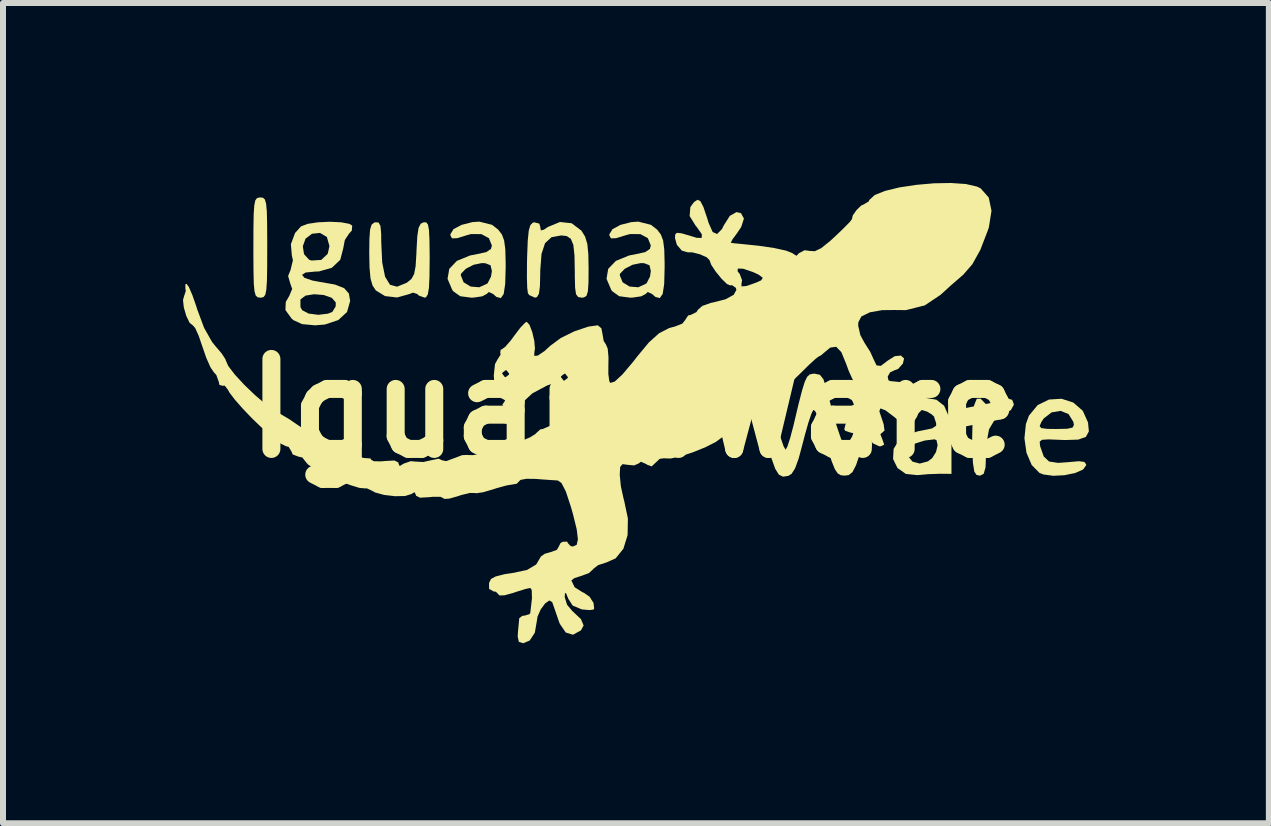
<source format=kicad_pcb>
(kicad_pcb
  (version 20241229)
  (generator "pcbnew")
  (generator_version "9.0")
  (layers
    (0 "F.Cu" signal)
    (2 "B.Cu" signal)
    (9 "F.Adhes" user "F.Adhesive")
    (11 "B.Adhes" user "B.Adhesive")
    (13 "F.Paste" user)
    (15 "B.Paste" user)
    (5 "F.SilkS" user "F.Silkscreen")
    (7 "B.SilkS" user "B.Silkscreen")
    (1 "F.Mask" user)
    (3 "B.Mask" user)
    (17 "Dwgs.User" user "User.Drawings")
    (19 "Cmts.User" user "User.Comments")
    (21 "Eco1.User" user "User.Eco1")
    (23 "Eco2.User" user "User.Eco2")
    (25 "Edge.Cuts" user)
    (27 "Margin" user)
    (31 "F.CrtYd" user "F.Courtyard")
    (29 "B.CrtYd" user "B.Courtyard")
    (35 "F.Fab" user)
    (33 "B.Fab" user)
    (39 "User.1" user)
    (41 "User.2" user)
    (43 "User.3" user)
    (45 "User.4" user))
  (footprint "IguanaWare"
    (layer "F.Cu")
    (at 7.509 3.754)
    (property "Reference" "IguanaWare" (at 0 0 0) (layer "F.SilkS") (effects (font (size 1.5 1.5) (thickness 0.3))))
    (attr board_only exclude_from_pos_files exclude_from_bom)
    (fp_poly (pts (xy 6.311 -0.14) (xy 6.34 -0.062) (xy 6.29 0.03) (xy 6.166 0.106) (xy 6.162 0.107) (xy 6.017 0.196) (xy 5.925 0.351) (xy 5.881 0.59) (xy 5.875 0.778) (xy 5.867 0.984) (xy 5.836 1.093) (xy 5.775 1.124) (xy 5.716 1.111) (xy 5.68 1.056) (xy 5.657 0.915) (xy 5.646 0.677) (xy 5.644 0.488) (xy 5.652 0.164) (xy 5.677 -0.05) (xy 5.72 -0.157) (xy 5.783 -0.161) (xy 5.847 -0.095) (xy 5.911 -0.03) (xy 5.971 -0.064) (xy 5.989 -0.086) (xy 6.102 -0.155) (xy 6.199 -0.173)) (stroke (width 0) (type solid)) (fill yes) (layer "F.SilkS"))
    (fp_poly (pts (xy -6.175 -3.508) (xy -6.144 -3.479) (xy -6.124 -3.409) (xy -6.112 -3.281) (xy -6.107 -3.078) (xy -6.105 -2.782) (xy -6.105 -2.678) (xy -6.106 -2.353) (xy -6.11 -2.125) (xy -6.12 -1.977) (xy -6.137 -1.893) (xy -6.165 -1.854) (xy -6.206 -1.843) (xy -6.22 -1.843) (xy -6.265 -1.849) (xy -6.297 -1.878) (xy -6.317 -1.948) (xy -6.329 -2.075) (xy -6.334 -2.278) (xy -6.336 -2.574) (xy -6.336 -2.678) (xy -6.335 -3.004) (xy -6.331 -3.232) (xy -6.321 -3.379) (xy -6.304 -3.464) (xy -6.276 -3.502) (xy -6.235 -3.513) (xy -6.22 -3.513)) (stroke (width 0) (type solid)) (fill yes) (layer "F.SilkS"))
    (fp_poly (pts (xy -3.455 -3.098) (xy -3.426 -3.06) (xy -3.409 -2.967) (xy -3.401 -2.801) (xy -3.398 -2.542) (xy -3.398 -2.481) (xy -3.401 -2.194) (xy -3.41 -2.005) (xy -3.429 -1.896) (xy -3.459 -1.849) (xy -3.481 -1.843) (xy -3.579 -1.878) (xy -3.6 -1.901) (xy -3.676 -1.927) (xy -3.743 -1.901) (xy -3.941 -1.846) (xy -4.141 -1.869) (xy -4.295 -1.963) (xy -4.35 -2.046) (xy -4.384 -2.164) (xy -4.4 -2.343) (xy -4.405 -2.581) (xy -4.402 -2.825) (xy -4.391 -2.977) (xy -4.366 -3.059) (xy -4.323 -3.094) (xy -4.305 -3.099) (xy -4.249 -3.095) (xy -4.218 -3.039) (xy -4.206 -2.907) (xy -4.205 -2.776) (xy -4.189 -2.43) (xy -4.141 -2.192) (xy -4.059 -2.058) (xy -3.941 -2.026) (xy -3.783 -2.09) (xy -3.772 -2.097) (xy -3.701 -2.156) (xy -3.657 -2.236) (xy -3.632 -2.366) (xy -3.619 -2.577) (xy -3.617 -2.634) (xy -3.604 -2.865) (xy -3.583 -3.005) (xy -3.548 -3.075) (xy -3.499 -3.099)) (stroke (width 0) (type solid)) (fill yes) (layer "F.SilkS"))
    (fp_poly (pts (xy -1.031 -3.083) (xy -0.869 -2.96) (xy -0.868 -2.958) (xy -0.807 -2.86) (xy -0.77 -2.738) (xy -0.753 -2.561) (xy -0.749 -2.325) (xy -0.751 -2.089) (xy -0.761 -1.946) (xy -0.785 -1.872) (xy -0.828 -1.846) (xy -0.864 -1.843) (xy -0.923 -1.853) (xy -0.958 -1.9) (xy -0.974 -2.008) (xy -0.979 -2.2) (xy -0.979 -2.27) (xy -0.984 -2.544) (xy -1.003 -2.722) (xy -1.045 -2.824) (xy -1.115 -2.87) (xy -1.207 -2.88) (xy -1.368 -2.85) (xy -1.475 -2.751) (xy -1.534 -2.57) (xy -1.555 -2.293) (xy -1.555 -2.256) (xy -1.56 -2.035) (xy -1.577 -1.907) (xy -1.611 -1.851) (xy -1.643 -1.843) (xy -1.739 -1.886) (xy -1.761 -1.919) (xy -1.772 -2.008) (xy -1.777 -2.181) (xy -1.776 -2.41) (xy -1.773 -2.538) (xy -1.763 -2.796) (xy -1.746 -2.96) (xy -1.72 -3.051) (xy -1.68 -3.092) (xy -1.656 -3.099) (xy -1.57 -3.077) (xy -1.555 -3.025) (xy -1.545 -2.964) (xy -1.494 -2.976) (xy -1.427 -3.021) (xy -1.226 -3.104)) (stroke (width 0) (type solid)) (fill yes) (layer "F.SilkS"))
    (fp_poly (pts (xy 7.329 -0.095) (xy 7.487 0.042) (xy 7.575 0.237) (xy 7.589 0.386) (xy 7.539 0.478) (xy 7.412 0.523) (xy 7.191 0.53) (xy 7.115 0.527) (xy 6.917 0.519) (xy 6.81 0.526) (xy 6.77 0.556) (xy 6.774 0.618) (xy 6.78 0.643) (xy 6.837 0.804) (xy 6.926 0.888) (xy 7.076 0.911) (xy 7.241 0.899) (xy 7.422 0.883) (xy 7.515 0.895) (xy 7.545 0.938) (xy 7.545 0.948) (xy 7.493 1.021) (xy 7.362 1.079) (xy 7.184 1.116) (xy 6.996 1.126) (xy 6.831 1.104) (xy 6.767 1.079) (xy 6.636 0.946) (xy 6.549 0.741) (xy 6.515 0.5) (xy 6.536 0.297) (xy 6.769 0.297) (xy 6.795 0.331) (xy 6.896 0.344) (xy 7.048 0.346) (xy 7.227 0.342) (xy 7.316 0.323) (xy 7.34 0.28) (xy 7.33 0.226) (xy 7.249 0.096) (xy 7.117 0.044) (xy 6.968 0.069) (xy 6.836 0.171) (xy 6.796 0.232) (xy 6.769 0.297) (xy 6.536 0.297) (xy 6.54 0.261) (xy 6.59 0.124) (xy 6.735 -0.052) (xy 6.925 -0.145) (xy 7.133 -0.158)) (stroke (width 0) (type solid)) (fill yes) (layer "F.SilkS"))
    (fp_poly (pts (xy -2.359 -3.057) (xy -2.256 -2.977) (xy -2.194 -2.896) (xy -2.157 -2.797) (xy -2.137 -2.649) (xy -2.131 -2.424) (xy -2.131 -2.343) (xy -2.139 -2.071) (xy -2.164 -1.905) (xy -2.211 -1.836) (xy -2.285 -1.855) (xy -2.343 -1.906) (xy -2.413 -1.937) (xy -2.445 -1.906) (xy -2.523 -1.865) (xy -2.667 -1.844) (xy -2.707 -1.843) (xy -2.889 -1.867) (xy -3.004 -1.949) (xy -3.021 -1.971) (xy -3.1 -2.157) (xy -3.089 -2.218) (xy -2.88 -2.218) (xy -2.832 -2.099) (xy -2.715 -2.028) (xy -2.571 -2.016) (xy -2.439 -2.077) (xy -2.431 -2.085) (xy -2.375 -2.195) (xy -2.361 -2.287) (xy -2.383 -2.383) (xy -2.471 -2.417) (xy -2.53 -2.419) (xy -2.666 -2.391) (xy -2.796 -2.324) (xy -2.873 -2.244) (xy -2.88 -2.218) (xy -3.089 -2.218) (xy -3.071 -2.323) (xy -2.944 -2.456) (xy -2.724 -2.546) (xy -2.625 -2.565) (xy -2.455 -2.602) (xy -2.376 -2.655) (xy -2.361 -2.712) (xy -2.41 -2.834) (xy -2.536 -2.902) (xy -2.709 -2.903) (xy -2.777 -2.884) (xy -2.941 -2.834) (xy -3.025 -2.831) (xy -3.052 -2.879) (xy -3.053 -2.899) (xy -3.001 -2.984) (xy -2.867 -3.056) (xy -2.686 -3.102) (xy -2.57 -3.11)) (stroke (width 0) (type solid)) (fill yes) (layer "F.SilkS"))
    (fp_poly (pts (xy 0.29 -3.057) (xy 0.393 -2.977) (xy 0.455 -2.896) (xy 0.493 -2.797) (xy 0.512 -2.649) (xy 0.518 -2.424) (xy 0.518 -2.343) (xy 0.511 -2.071) (xy 0.486 -1.905) (xy 0.438 -1.836) (xy 0.365 -1.855) (xy 0.306 -1.906) (xy 0.236 -1.937) (xy 0.205 -1.906) (xy 0.127 -1.865) (xy -0.017 -1.844) (xy -0.058 -1.843) (xy -0.239 -1.867) (xy -0.354 -1.949) (xy -0.371 -1.971) (xy -0.45 -2.157) (xy -0.44 -2.218) (xy -0.23 -2.218) (xy -0.182 -2.099) (xy -0.066 -2.028) (xy 0.079 -2.016) (xy 0.21 -2.077) (xy 0.219 -2.085) (xy 0.275 -2.195) (xy 0.288 -2.287) (xy 0.266 -2.383) (xy 0.178 -2.417) (xy 0.119 -2.419) (xy -0.017 -2.391) (xy -0.146 -2.324) (xy -0.224 -2.244) (xy -0.23 -2.218) (xy -0.44 -2.218) (xy -0.422 -2.323) (xy -0.294 -2.456) (xy -0.074 -2.546) (xy 0.025 -2.565) (xy 0.194 -2.602) (xy 0.273 -2.655) (xy 0.288 -2.712) (xy 0.239 -2.834) (xy 0.114 -2.902) (xy -0.059 -2.903) (xy -0.128 -2.884) (xy -0.292 -2.834) (xy -0.375 -2.831) (xy -0.402 -2.879) (xy -0.403 -2.899) (xy -0.351 -2.984) (xy -0.218 -3.056) (xy -0.037 -3.102) (xy 0.079 -3.11)) (stroke (width 0) (type solid)) (fill yes) (layer "F.SilkS"))
    (fp_poly (pts (xy -4.873 -3.099) (xy -4.735 -3.073) (xy -4.689 -3.044) (xy -4.695 -2.962) (xy -4.743 -2.908) (xy -4.812 -2.803) (xy -4.838 -2.666) (xy -4.888 -2.474) (xy -5.028 -2.341) (xy -5.243 -2.28) (xy -5.303 -2.278) (xy -5.466 -2.262) (xy -5.525 -2.223) (xy -5.485 -2.174) (xy -5.351 -2.128) (xy -5.231 -2.106) (xy -4.979 -2.062) (xy -4.823 -2.001) (xy -4.744 -1.912) (xy -4.723 -1.788) (xy -4.775 -1.604) (xy -4.92 -1.47) (xy -5.145 -1.395) (xy -5.307 -1.382) (xy -5.525 -1.402) (xy -5.67 -1.469) (xy -5.702 -1.498) (xy -5.802 -1.637) (xy -5.796 -1.772) (xy -5.774 -1.81) (xy -5.552 -1.81) (xy -5.551 -1.686) (xy -5.523 -1.634) (xy -5.416 -1.578) (xy -5.254 -1.557) (xy -5.093 -1.576) (xy -5.02 -1.606) (xy -4.964 -1.697) (xy -4.963 -1.764) (xy -5.029 -1.84) (xy -5.163 -1.887) (xy -5.324 -1.9) (xy -5.467 -1.877) (xy -5.55 -1.814) (xy -5.552 -1.81) (xy -5.774 -1.81) (xy -5.738 -1.872) (xy -5.689 -1.988) (xy -5.723 -2.085) (xy -5.757 -2.204) (xy -5.717 -2.302) (xy -5.677 -2.467) (xy -5.695 -2.547) (xy -5.708 -2.699) (xy -5.512 -2.699) (xy -5.492 -2.568) (xy -5.408 -2.476) (xy -5.368 -2.462) (xy -5.205 -2.472) (xy -5.097 -2.573) (xy -5.068 -2.703) (xy -5.111 -2.854) (xy -5.226 -2.922) (xy -5.359 -2.908) (xy -5.467 -2.826) (xy -5.512 -2.699) (xy -5.708 -2.699) (xy -5.711 -2.734) (xy -5.641 -2.921) (xy -5.542 -3.031) (xy -5.432 -3.073) (xy -5.259 -3.099) (xy -5.06 -3.108)) (stroke (width 0) (type solid)) (fill yes) (layer "F.SilkS"))
    (fp_poly (pts (xy 5.539 -3.737) (xy 5.726 -3.694) (xy 5.785 -3.665) (xy 5.92 -3.512) (xy 5.966 -3.292) (xy 5.923 -3.017) (xy 5.906 -2.966) (xy 5.78 -2.639) (xy 5.647 -2.4) (xy 5.494 -2.224) (xy 5.453 -2.189) (xy 5.287 -2.045) (xy 5.125 -1.897) (xy 5.12 -1.892) (xy 4.854 -1.714) (xy 4.54 -1.635) (xy 4.349 -1.637) (xy 4.144 -1.635) (xy 3.95 -1.601) (xy 3.931 -1.595) (xy 3.797 -1.529) (xy 3.747 -1.433) (xy 3.744 -1.379) (xy 3.78 -1.219) (xy 3.851 -1.088) (xy 3.945 -0.941) (xy 3.999 -0.821) (xy 4.05 -0.714) (xy 4.121 -0.706) (xy 4.236 -0.793) (xy 4.237 -0.794) (xy 4.355 -0.868) (xy 4.456 -0.878) (xy 4.509 -0.83) (xy 4.49 -0.745) (xy 4.41 -0.655) (xy 4.353 -0.634) (xy 4.277 -0.599) (xy 4.236 -0.527) (xy 4.249 -0.465) (xy 4.278 -0.453) (xy 4.392 -0.441) (xy 4.47 -0.433) (xy 4.635 -0.389) (xy 4.706 -0.309) (xy 4.7 -0.253) (xy 4.71 -0.196) (xy 4.812 -0.174) (xy 4.865 -0.173) (xy 5.048 -0.142) (xy 5.176 -0.042) (xy 5.256 0.139) (xy 5.294 0.412) (xy 5.299 0.612) (xy 5.299 1.094) (xy 5.112 1.092) (xy 4.911 1.099) (xy 4.732 1.115) (xy 4.539 1.095) (xy 4.399 0.996) (xy 4.326 0.847) (xy 4.328 0.801) (xy 4.577 0.801) (xy 4.65 0.89) (xy 4.771 0.922) (xy 4.908 0.885) (xy 4.978 0.831) (xy 5.042 0.729) (xy 5.068 0.615) (xy 5.05 0.533) (xy 5.018 0.518) (xy 4.854 0.538) (xy 4.698 0.587) (xy 4.598 0.649) (xy 4.584 0.669) (xy 4.577 0.801) (xy 4.328 0.801) (xy 4.335 0.677) (xy 4.431 0.523) (xy 4.555 0.446) (xy 4.736 0.385) (xy 4.809 0.371) (xy 4.975 0.337) (xy 5.044 0.292) (xy 5.043 0.247) (xy 5.014 0.16) (xy 5.011 0.141) (xy 4.967 0.101) (xy 4.895 0.057) (xy 4.804 0.029) (xy 4.748 0.085) (xy 4.724 0.142) (xy 4.651 0.258) (xy 4.55 0.275) (xy 4.406 0.195) (xy 4.343 0.144) (xy 4.267 0.086) (xy 4.55 0.086) (xy 4.579 0.115) (xy 4.608 0.086) (xy 4.579 0.058) (xy 4.55 0.086) (xy 4.267 0.086) (xy 4.201 0.036) (xy 4.115 0.003) (xy 4.097 0.048) (xy 4.104 0.072) (xy 4.169 0.266) (xy 4.183 0.372) (xy 4.149 0.403) (xy 4.114 0.434) (xy 4.147 0.518) (xy 4.178 0.606) (xy 4.126 0.633) (xy 4.095 0.634) (xy 3.986 0.583) (xy 3.94 0.504) (xy 3.912 0.452) (xy 3.88 0.474) (xy 3.833 0.582) (xy 3.777 0.749) (xy 3.708 0.95) (xy 3.649 1.064) (xy 3.587 1.114) (xy 3.518 1.123) (xy 3.455 1.117) (xy 3.403 1.086) (xy 3.355 1.015) (xy 3.303 0.885) (xy 3.238 0.681) (xy 3.153 0.385) (xy 3.138 0.33) (xy 3.081 0.16) (xy 3.029 0.051) (xy 2.997 0.027) (xy 2.964 0.093) (xy 2.913 0.244) (xy 2.854 0.453) (xy 2.823 0.573) (xy 2.753 0.835) (xy 2.693 1.001) (xy 2.634 1.094) (xy 2.58 1.127) (xy 2.491 1.141) (xy 2.422 1.107) (xy 2.361 1.008) (xy 2.296 0.826) (xy 2.239 0.629) (xy 2.176 0.418) (xy 2.118 0.25) (xy 2.077 0.157) (xy 2.072 0.151) (xy 1.999 0.148) (xy 1.883 0.212) (xy 1.868 0.223) (xy 1.748 0.306) (xy 1.665 0.345) (xy 1.66 0.346) (xy 1.588 0.384) (xy 1.485 0.477) (xy 1.48 0.482) (xy 1.37 0.563) (xy 1.196 0.651) (xy 0.991 0.734) (xy 0.788 0.8) (xy 0.62 0.838) (xy 0.518 0.835) (xy 0.515 0.833) (xy 0.437 0.843) (xy 0.377 0.899) (xy 0.303 0.969) (xy 0.225 0.941) (xy 0.213 0.931) (xy 0.123 0.892) (xy 0.088 0.919) (xy 0.01 0.953) (xy -0.09 0.944) (xy -0.184 0.932) (xy -0.223 0.979) (xy -0.23 1.11) (xy -0.211 1.303) (xy -0.165 1.511) (xy -0.158 1.533) (xy -0.094 1.838) (xy -0.099 2.114) (xy -0.169 2.342) (xy -0.298 2.502) (xy -0.451 2.57) (xy -0.59 2.615) (xy -0.669 2.676) (xy -0.672 2.682) (xy -0.744 2.748) (xy -0.869 2.794) (xy -0.987 2.832) (xy -1.036 2.87) (xy -0.982 2.983) (xy -0.848 3.068) (xy -0.827 3.076) (xy -0.733 3.141) (xy -0.667 3.244) (xy -0.656 3.337) (xy -0.668 3.356) (xy -0.735 3.364) (xy -0.861 3.353) (xy -1.015 3.289) (xy -1.087 3.176) (xy -1.127 3.079) (xy -1.143 3.085) (xy -1.147 3.149) (xy -1.108 3.275) (xy -1.02 3.38) (xy -0.876 3.515) (xy -0.832 3.62) (xy -0.875 3.701) (xy -1.009 3.775) (xy -1.13 3.738) (xy -1.228 3.594) (xy -1.248 3.542) (xy -1.304 3.378) (xy -1.348 3.253) (xy -1.355 3.232) (xy -1.403 3.204) (xy -1.474 3.254) (xy -1.547 3.353) (xy -1.6 3.473) (xy -1.613 3.555) (xy -1.645 3.741) (xy -1.73 3.871) (xy -1.838 3.917) (xy -1.911 3.894) (xy -1.931 3.804) (xy -1.926 3.729) (xy -1.913 3.587) (xy -1.905 3.501) (xy -1.904 3.499) (xy -1.854 3.461) (xy -1.814 3.456) (xy -1.734 3.432) (xy -1.721 3.413) (xy -1.693 3.167) (xy -1.697 3.028) (xy -1.721 2.995) (xy -1.802 3.013) (xy -1.947 3.058) (xy -2.009 3.079) (xy -2.151 3.118) (xy -2.236 3.12) (xy -2.246 3.108) (xy -2.293 3.059) (xy -2.333 3.053) (xy -2.407 3.011) (xy -2.408 2.912) (xy -2.375 2.845) (xy -2.298 2.804) (xy -2.145 2.765) (xy -2.016 2.746) (xy -1.774 2.695) (xy -1.622 2.604) (xy -1.543 2.47) (xy -1.48 2.426) (xy -1.382 2.398) (xy -1.279 2.361) (xy -1.251 2.316) (xy -1.217 2.247) (xy -1.179 2.225) (xy -1.106 2.224) (xy -1.094 2.248) (xy -1.048 2.298) (xy -1.008 2.304) (xy -0.947 2.276) (xy -0.927 2.185) (xy -0.947 2.018) (xy -1.01 1.762) (xy -1.046 1.637) (xy -1.128 1.388) (xy -1.201 1.246) (xy -1.262 1.204) (xy -1.372 1.197) (xy -1.545 1.185) (xy -1.627 1.178) (xy -1.786 1.176) (xy -1.885 1.195) (xy -1.901 1.212) (xy -1.948 1.259) (xy -2.001 1.268) (xy -2.116 1.287) (xy -2.284 1.333) (xy -2.351 1.355) (xy -2.51 1.401) (xy -2.623 1.417) (xy -2.647 1.413) (xy -2.726 1.412) (xy -2.869 1.446) (xy -2.931 1.467) (xy -3.073 1.507) (xy -3.158 1.511) (xy -3.168 1.5) (xy -3.218 1.476) (xy -3.344 1.476) (xy -3.398 1.482) (xy -3.559 1.491) (xy -3.625 1.458) (xy -3.629 1.44) (xy -3.651 1.399) (xy -3.704 1.431) (xy -3.808 1.463) (xy -3.975 1.466) (xy -4.157 1.445) (xy -4.307 1.404) (xy -4.355 1.377) (xy -4.444 1.335) (xy -4.472 1.336) (xy -4.567 1.328) (xy -4.727 1.279) (xy -4.921 1.202) (xy -5.123 1.111) (xy -5.301 1.018) (xy -5.427 0.937) (xy -5.472 0.883) (xy -5.52 0.821) (xy -5.587 0.806) (xy -5.681 0.77) (xy -5.702 0.72) (xy -5.748 0.644) (xy -5.79 0.634) (xy -5.886 0.587) (xy -5.912 0.547) (xy -5.976 0.47) (xy -6.011 0.46) (xy -6.083 0.42) (xy -6.206 0.315) (xy -6.356 0.171) (xy -6.51 0.01) (xy -6.644 -0.142) (xy -6.736 -0.263) (xy -6.759 -0.306) (xy -6.813 -0.376) (xy -6.854 -0.375) (xy -6.902 -0.389) (xy -6.912 -0.437) (xy -6.954 -0.555) (xy -6.994 -0.598) (xy -7.052 -0.684) (xy -7.123 -0.845) (xy -7.185 -1.025) (xy -7.248 -1.209) (xy -7.306 -1.337) (xy -7.345 -1.381) (xy -7.399 -1.424) (xy -7.454 -1.538) (xy -7.495 -1.678) (xy -7.509 -1.803) (xy -7.493 -1.861) (xy -7.462 -1.956) (xy -7.469 -1.994) (xy -7.47 -2.064) (xy -7.45 -2.073) (xy -7.412 -2.022) (xy -7.353 -1.886) (xy -7.286 -1.694) (xy -7.272 -1.648) (xy -7.157 -1.339) (xy -7.024 -1.104) (xy -6.97 -1.037) (xy -6.864 -0.913) (xy -6.803 -0.819) (xy -6.796 -0.798) (xy -6.755 -0.704) (xy -6.645 -0.561) (xy -6.489 -0.392) (xy -6.309 -0.219) (xy -6.128 -0.065) (xy -5.968 0.047) (xy -5.949 0.058) (xy -5.737 0.183) (xy -5.538 0.319) (xy -5.379 0.442) (xy -5.29 0.532) (xy -5.289 0.534) (xy -5.23 0.573) (xy -5.209 0.563) (xy -5.142 0.567) (xy -5.003 0.615) (xy -4.829 0.696) (xy -4.647 0.779) (xy -4.504 0.828) (xy -4.433 0.834) (xy -4.381 0.837) (xy -4.377 0.855) (xy -4.327 0.884) (xy -4.197 0.885) (xy -4.147 0.88) (xy -3.986 0.871) (xy -3.92 0.903) (xy -3.917 0.921) (xy -3.898 0.964) (xy -3.833 0.924) (xy -3.712 0.882) (xy -3.639 0.889) (xy -3.503 0.896) (xy -3.379 0.868) (xy -3.246 0.841) (xy -3.195 0.866) (xy -3.124 0.882) (xy -2.991 0.833) (xy -2.99 0.833) (xy -2.857 0.782) (xy -2.764 0.778) (xy -2.76 0.78) (xy -2.677 0.782) (xy -2.518 0.751) (xy -2.312 0.696) (xy -2.091 0.626) (xy -1.885 0.553) (xy -1.723 0.484) (xy -1.636 0.43) (xy -1.629 0.421) (xy -1.554 0.353) (xy -1.512 0.346) (xy -1.396 0.295) (xy -1.306 0.168) (xy -1.269 0.011) (xy -1.251 -0.086) (xy 2.131 -0.086) (xy 2.16 -0.058) (xy 2.189 -0.086) (xy 2.184 -0.091) (xy 2.332 -0.091) (xy 2.362 0.146) (xy 2.398 0.302) (xy 2.453 0.494) (xy 2.501 0.634) (xy 2.534 0.691) (xy 2.535 0.691) (xy 2.564 0.639) (xy 2.609 0.502) (xy 2.661 0.306) (xy 2.674 0.253) (xy 2.75 -0.068) (xy 2.808 -0.293) (xy 2.853 -0.439) (xy 2.894 -0.524) (xy 2.937 -0.563) (xy 2.988 -0.575) (xy 3.02 -0.576) (xy 3.107 -0.557) (xy 3.165 -0.483) (xy 3.216 -0.326) (xy 3.222 -0.302) (xy 3.305 0.017) (xy 3.384 0.29) (xy 3.455 0.5) (xy 3.511 0.635) (xy 3.548 0.679) (xy 3.559 0.662) (xy 3.608 0.53) (xy 3.642 0.475) (xy 3.663 0.416) (xy 3.607 0.403) (xy 3.526 0.375) (xy 3.513 0.348) (xy 3.542 0.233) (xy 3.611 0.089) (xy 3.697 -0.044) (xy 3.773 -0.122) (xy 3.788 -0.127) (xy 3.79 -0.129) (xy 4.402 -0.129) (xy 4.459 -0.12) (xy 4.534 -0.13) (xy 4.535 -0.15) (xy 4.457 -0.164) (xy 4.424 -0.155) (xy 4.402 -0.129) (xy 3.79 -0.129) (xy 3.832 -0.157) (xy 3.801 -0.23) (xy 3.758 -0.288) (xy 3.675 -0.427) (xy 3.587 -0.621) (xy 3.546 -0.734) (xy 3.464 -0.934) (xy 3.378 -1.024) (xy 3.28 -1.011) (xy 3.205 -0.95) (xy 3.123 -0.88) (xy 3.089 -0.864) (xy 3.037 -0.826) (xy 2.928 -0.726) (xy 2.785 -0.585) (xy 2.776 -0.576) (xy 2.627 -0.433) (xy 2.504 -0.33) (xy 2.434 -0.288) (xy 2.433 -0.288) (xy 2.356 -0.238) (xy 2.332 -0.091) (xy 2.184 -0.091) (xy 2.16 -0.115) (xy 2.131 -0.086) (xy -1.251 -0.086) (xy -1.239 -0.153) (xy -1.204 -0.24) (xy -1.17 -0.363) (xy -1.224 -0.422) (xy -1.356 -0.409) (xy -1.444 -0.377) (xy -1.686 -0.248) (xy -1.818 -0.126) (xy -1.843 -0.048) (xy -1.882 0.061) (xy -1.967 0.151) (xy -2.027 0.173) (xy -2.069 0.126) (xy -2.073 0.091) (xy -2.117 0.001) (xy -2.145 -0.017) (xy -2.189 -0.055) (xy -2.145 -0.12) (xy -2.079 -0.216) (xy -2.108 -0.257) (xy -2.189 -0.247) (xy -2.283 -0.243) (xy -2.31 -0.267) (xy -2.329 -0.547) (xy -2.326 -0.576) (xy -2.189 -0.576) (xy -2.145 -0.52) (xy -2.131 -0.518) (xy -1.21 -0.518) (xy -1.166 -0.462) (xy -1.152 -0.461) (xy -1.096 -0.505) (xy -1.094 -0.518) (xy -1.138 -0.574) (xy -1.152 -0.576) (xy -1.208 -0.532) (xy -1.21 -0.518) (xy -2.131 -0.518) (xy -2.075 -0.562) (xy -2.073 -0.576) (xy -2.117 -0.632) (xy -2.131 -0.634) (xy -2.187 -0.59) (xy -2.189 -0.576) (xy -2.326 -0.576) (xy -2.309 -0.736) (xy -2.266 -0.814) (xy -2.216 -0.893) (xy -2.221 -0.928) (xy -2.215 -0.976) (xy -2.2 -0.979) (xy -2.139 -1.023) (xy -2.043 -1.133) (xy -1.987 -1.21) (xy -1.885 -1.344) (xy -1.805 -1.427) (xy -1.78 -1.44) (xy -1.734 -1.39) (xy -1.688 -1.269) (xy -1.654 -1.122) (xy -1.643 -0.993) (xy -1.651 -0.946) (xy -1.656 -0.873) (xy -1.596 -0.877) (xy -1.485 -0.952) (xy -1.385 -1.043) (xy -1.213 -1.17) (xy -0.984 -1.283) (xy -0.75 -1.361) (xy -0.596 -1.382) (xy -0.536 -1.333) (xy -0.518 -1.242) (xy -0.497 -1.12) (xy -0.461 -1.065) (xy -0.43 -0.992) (xy -0.417 -0.844) (xy -0.419 -0.741) (xy -0.42 -0.57) (xy -0.404 -0.451) (xy -0.388 -0.422) (xy -0.314 -0.444) (xy -0.186 -0.562) (xy -0.007 -0.774) (xy 0.058 -0.858) (xy 0.255 -1.096) (xy 0.425 -1.249) (xy 0.593 -1.336) (xy 0.69 -1.362) (xy 0.812 -1.409) (xy 0.864 -1.474) (xy 0.864 -1.476) (xy 0.91 -1.546) (xy 0.952 -1.555) (xy 1.048 -1.602) (xy 1.074 -1.642) (xy 1.148 -1.706) (xy 1.289 -1.756) (xy 1.33 -1.764) (xy 1.534 -1.816) (xy 1.669 -1.89) (xy 1.715 -1.973) (xy 1.704 -2.008) (xy 1.639 -2.052) (xy 1.615 -2.046) (xy 1.558 -2.07) (xy 1.467 -2.158) (xy 1.37 -2.277) (xy 1.367 -2.281) (xy 1.735 -2.281) (xy 1.77 -2.238) (xy 1.809 -2.134) (xy 1.801 -2.089) (xy 1.798 -2.031) (xy 1.874 -2.036) (xy 1.906 -2.045) (xy 2.049 -2.096) (xy 2.128 -2.132) (xy 2.154 -2.174) (xy 2.084 -2.227) (xy 1.99 -2.27) (xy 1.827 -2.325) (xy 1.738 -2.328) (xy 1.735 -2.281) (xy 1.367 -2.281) (xy 1.294 -2.392) (xy 1.267 -2.467) (xy 1.219 -2.516) (xy 1.106 -2.566) (xy 0.979 -2.598) (xy 0.901 -2.599) (xy 0.805 -2.627) (xy 0.722 -2.724) (xy 0.691 -2.836) (xy 0.695 -2.898) (xy 0.724 -2.924) (xy 0.803 -2.915) (xy 0.956 -2.87) (xy 1.051 -2.841) (xy 1.136 -2.838) (xy 1.138 -2.9) (xy 1.057 -3.016) (xy 1.037 -3.039) (xy 0.935 -3.203) (xy 0.947 -3.353) (xy 1.007 -3.435) (xy 1.065 -3.474) (xy 1.114 -3.452) (xy 1.165 -3.353) (xy 1.229 -3.163) (xy 1.253 -3.085) (xy 1.319 -2.937) (xy 1.393 -2.904) (xy 1.473 -2.985) (xy 1.505 -3.049) (xy 1.605 -3.206) (xy 1.716 -3.269) (xy 1.791 -3.251) (xy 1.84 -3.161) (xy 1.794 -3.019) (xy 1.724 -2.916) (xy 1.648 -2.813) (xy 1.622 -2.759) (xy 1.623 -2.757) (xy 1.688 -2.748) (xy 1.785 -2.739) (xy 2.087 -2.708) (xy 2.346 -2.67) (xy 2.542 -2.627) (xy 2.651 -2.584) (xy 2.664 -2.572) (xy 2.717 -2.541) (xy 2.757 -2.584) (xy 2.853 -2.634) (xy 2.933 -2.622) (xy 3.022 -2.617) (xy 3.128 -2.668) (xy 3.276 -2.787) (xy 3.357 -2.861) (xy 3.501 -2.999) (xy 3.603 -3.103) (xy 3.641 -3.153) (xy 3.641 -3.154) (xy 3.653 -3.212) (xy 3.716 -3.302) (xy 3.793 -3.377) (xy 3.838 -3.398) (xy 3.916 -3.444) (xy 3.933 -3.474) (xy 4.019 -3.553) (xy 4.194 -3.623) (xy 4.434 -3.681) (xy 4.713 -3.723) (xy 5.007 -3.749) (xy 5.291 -3.754)) (stroke (width 0) (type solid)) (fill yes) (layer "F.SilkS")))
  (gr_rect
    (start -3 -3)
    (end 18.098 10.671)
    (stroke (width 0.1) (type default))
    (fill no)
    (layer "Edge.Cuts")))
</source>
